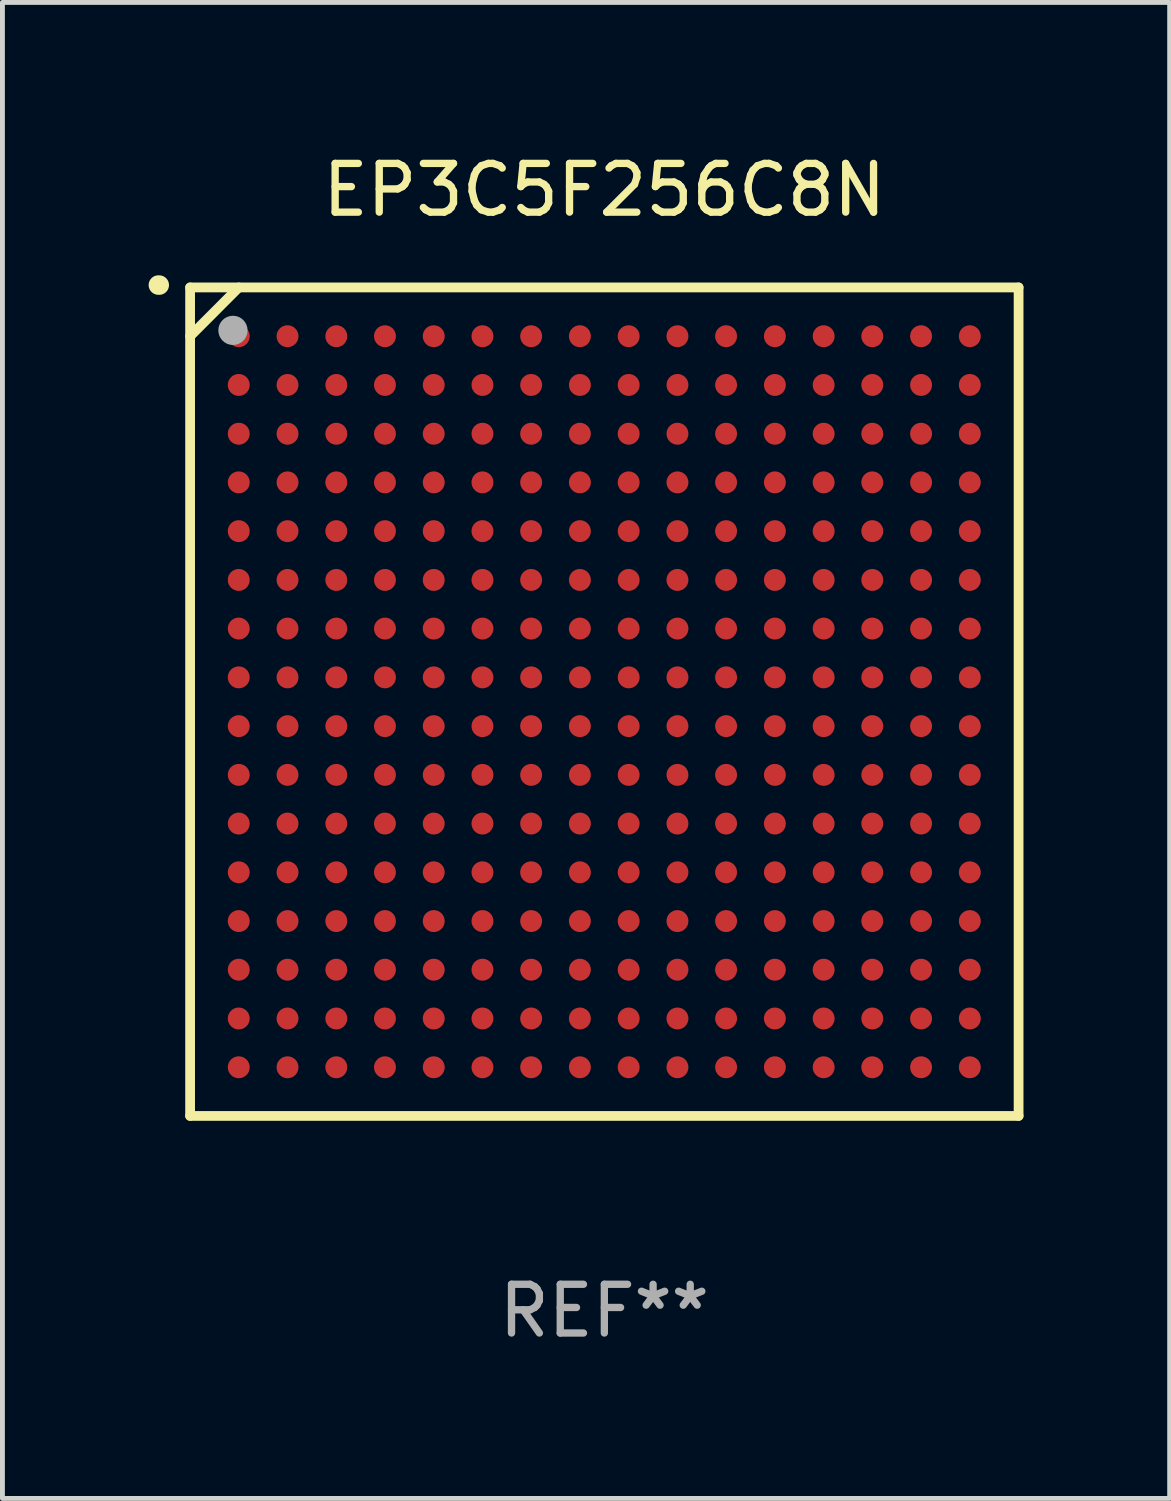
<source format=kicad_pcb>
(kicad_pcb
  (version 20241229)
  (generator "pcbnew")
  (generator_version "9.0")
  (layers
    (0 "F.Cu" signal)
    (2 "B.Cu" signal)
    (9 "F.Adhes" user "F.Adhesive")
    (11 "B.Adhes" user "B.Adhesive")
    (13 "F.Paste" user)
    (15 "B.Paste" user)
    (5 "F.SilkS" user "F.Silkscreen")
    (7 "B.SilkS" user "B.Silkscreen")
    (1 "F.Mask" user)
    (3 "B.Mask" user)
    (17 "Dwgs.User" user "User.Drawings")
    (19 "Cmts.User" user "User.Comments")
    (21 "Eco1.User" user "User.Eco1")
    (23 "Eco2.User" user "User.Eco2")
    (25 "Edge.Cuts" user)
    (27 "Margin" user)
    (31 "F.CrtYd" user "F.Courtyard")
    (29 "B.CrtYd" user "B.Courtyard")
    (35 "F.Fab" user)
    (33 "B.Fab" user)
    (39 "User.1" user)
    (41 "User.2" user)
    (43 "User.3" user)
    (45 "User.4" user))
  (footprint "EP3C5F256C8N"
    (layer "F.Cu")
    (at 9.351 11.348)
    (property "Reference" "EP3C5F256C8N" (at 0 -10.5 0) (layer "F.SilkS") (effects (font (size 1 1) (thickness 0.15))))
    (attr through_hole)
    (fp_line (start -8.5 -8.5) (end 8.5 -8.5) (stroke (width 0.2) (type solid)) (layer "F.SilkS"))
    (fp_line (start -8.5 -7.499) (end -7.502 -8.5) (stroke (width 0.2) (type solid)) (layer "F.SilkS"))
    (fp_line (start -8.5 8.5) (end -8.5 -8.5) (stroke (width 0.2) (type solid)) (layer "F.SilkS"))
    (fp_line (start 8.5 -8.5) (end 8.5 8.5) (stroke (width 0.2) (type solid)) (layer "F.SilkS"))
    (fp_line (start 8.5 8.5) (end -8.5 8.5) (stroke (width 0.2) (type solid)) (layer "F.SilkS"))
    (fp_arc (start -9.151181 -8.548768) (mid -9.142295 -8.548541) (end -9.133426 -8.547955) (stroke (width 0.4) (type solid)) (layer "F.SilkS"))
    (fp_circle (center -8.501 -8.499) (end -8.471 -8.499) (stroke (width 0.06) (type solid)) (fill no) (layer "F.SilkS"))
    (fp_circle (center -7.621 -7.619) (end -7.471 -7.619) (stroke (width 0.3) (type solid)) (fill no) (layer "F.Fab"))
    (fp_text user "REF**" (at 0 12.5 0) (layer "F.Fab") (effects (font (size 1 1) (thickness 0.15))))
    (pad "A1" smd circle (at -7.502 -7.499) (size 0.45 0.45) (layers "F.Cu" "F.Mask" "F.Paste"))
    (pad "A2" smd circle (at -6.501 -7.499) (size 0.45 0.45) (layers "F.Cu" "F.Mask" "F.Paste"))
    (pad "A3" smd circle (at -5.5 -7.499) (size 0.45 0.45) (layers "F.Cu" "F.Mask" "F.Paste"))
    (pad "A4" smd circle (at -4.502 -7.499) (size 0.45 0.45) (layers "F.Cu" "F.Mask" "F.Paste"))
    (pad "A5" smd circle (at -3.501 -7.499) (size 0.45 0.45) (layers "F.Cu" "F.Mask" "F.Paste"))
    (pad "A6" smd circle (at -2.501 -7.499) (size 0.45 0.45) (layers "F.Cu" "F.Mask" "F.Paste"))
    (pad "A7" smd circle (at -1.502 -7.499) (size 0.45 0.45) (layers "F.Cu" "F.Mask" "F.Paste"))
    (pad "A8" smd circle (at -0.502 -7.499) (size 0.45 0.45) (layers "F.Cu" "F.Mask" "F.Paste"))
    (pad "A9" smd circle (at 0.499 -7.499) (size 0.45 0.45) (layers "F.Cu" "F.Mask" "F.Paste"))
    (pad "A10" smd circle (at 1.5 -7.499) (size 0.45 0.45) (layers "F.Cu" "F.Mask" "F.Paste"))
    (pad "A11" smd circle (at 2.498 -7.499) (size 0.45 0.45) (layers "F.Cu" "F.Mask" "F.Paste"))
    (pad "A12" smd circle (at 3.499 -7.499) (size 0.45 0.45) (layers "F.Cu" "F.Mask" "F.Paste"))
    (pad "A13" smd circle (at 4.5 -7.499) (size 0.45 0.45) (layers "F.Cu" "F.Mask" "F.Paste"))
    (pad "A14" smd circle (at 5.498 -7.499) (size 0.45 0.45) (layers "F.Cu" "F.Mask" "F.Paste"))
    (pad "A15" smd circle (at 6.499 -7.499) (size 0.45 0.45) (layers "F.Cu" "F.Mask" "F.Paste"))
    (pad "A16" smd circle (at 7.499 -7.499) (size 0.45 0.45) (layers "F.Cu" "F.Mask" "F.Paste"))
    (pad "B1" smd circle (at -7.502 -6.499) (size 0.45 0.45) (layers "F.Cu" "F.Mask" "F.Paste"))
    (pad "B2" smd circle (at -6.501 -6.499) (size 0.45 0.45) (layers "F.Cu" "F.Mask" "F.Paste"))
    (pad "B3" smd circle (at -5.5 -6.499) (size 0.45 0.45) (layers "F.Cu" "F.Mask" "F.Paste"))
    (pad "B4" smd circle (at -4.502 -6.499) (size 0.45 0.45) (layers "F.Cu" "F.Mask" "F.Paste"))
    (pad "B5" smd circle (at -3.501 -6.499) (size 0.45 0.45) (layers "F.Cu" "F.Mask" "F.Paste"))
    (pad "B6" smd circle (at -2.501 -6.499) (size 0.45 0.45) (layers "F.Cu" "F.Mask" "F.Paste"))
    (pad "B7" smd circle (at -1.502 -6.499) (size 0.45 0.45) (layers "F.Cu" "F.Mask" "F.Paste"))
    (pad "B8" smd circle (at -0.502 -6.499) (size 0.45 0.45) (layers "F.Cu" "F.Mask" "F.Paste"))
    (pad "B9" smd circle (at 0.499 -6.499) (size 0.45 0.45) (layers "F.Cu" "F.Mask" "F.Paste"))
    (pad "B10" smd circle (at 1.5 -6.499) (size 0.45 0.45) (layers "F.Cu" "F.Mask" "F.Paste"))
    (pad "B11" smd circle (at 2.498 -6.499) (size 0.45 0.45) (layers "F.Cu" "F.Mask" "F.Paste"))
    (pad "B12" smd circle (at 3.499 -6.499) (size 0.45 0.45) (layers "F.Cu" "F.Mask" "F.Paste"))
    (pad "B13" smd circle (at 4.5 -6.499) (size 0.45 0.45) (layers "F.Cu" "F.Mask" "F.Paste"))
    (pad "B14" smd circle (at 5.498 -6.499) (size 0.45 0.45) (layers "F.Cu" "F.Mask" "F.Paste"))
    (pad "B15" smd circle (at 6.499 -6.499) (size 0.45 0.45) (layers "F.Cu" "F.Mask" "F.Paste"))
    (pad "B16" smd circle (at 7.499 -6.499) (size 0.45 0.45) (layers "F.Cu" "F.Mask" "F.Paste"))
    (pad "C1" smd circle (at -7.502 -5.498) (size 0.45 0.45) (layers "F.Cu" "F.Mask" "F.Paste"))
    (pad "C2" smd circle (at -6.501 -5.498) (size 0.45 0.45) (layers "F.Cu" "F.Mask" "F.Paste"))
    (pad "C3" smd circle (at -5.5 -5.498) (size 0.45 0.45) (layers "F.Cu" "F.Mask" "F.Paste"))
    (pad "C4" smd circle (at -4.502 -5.498) (size 0.45 0.45) (layers "F.Cu" "F.Mask" "F.Paste"))
    (pad "C5" smd circle (at -3.501 -5.498) (size 0.45 0.45) (layers "F.Cu" "F.Mask" "F.Paste"))
    (pad "C6" smd circle (at -2.501 -5.498) (size 0.45 0.45) (layers "F.Cu" "F.Mask" "F.Paste"))
    (pad "C7" smd circle (at -1.502 -5.498) (size 0.45 0.45) (layers "F.Cu" "F.Mask" "F.Paste"))
    (pad "C8" smd circle (at -0.502 -5.498) (size 0.45 0.45) (layers "F.Cu" "F.Mask" "F.Paste"))
    (pad "C9" smd circle (at 0.499 -5.498) (size 0.45 0.45) (layers "F.Cu" "F.Mask" "F.Paste"))
    (pad "C10" smd circle (at 1.5 -5.498) (size 0.45 0.45) (layers "F.Cu" "F.Mask" "F.Paste"))
    (pad "C11" smd circle (at 2.498 -5.498) (size 0.45 0.45) (layers "F.Cu" "F.Mask" "F.Paste"))
    (pad "C12" smd circle (at 3.499 -5.498) (size 0.45 0.45) (layers "F.Cu" "F.Mask" "F.Paste"))
    (pad "C13" smd circle (at 4.5 -5.498) (size 0.45 0.45) (layers "F.Cu" "F.Mask" "F.Paste"))
    (pad "C14" smd circle (at 5.498 -5.498) (size 0.45 0.45) (layers "F.Cu" "F.Mask" "F.Paste"))
    (pad "C15" smd circle (at 6.499 -5.498) (size 0.45 0.45) (layers "F.Cu" "F.Mask" "F.Paste"))
    (pad "C16" smd circle (at 7.499 -5.498) (size 0.45 0.45) (layers "F.Cu" "F.Mask" "F.Paste"))
    (pad "D1" smd circle (at -7.502 -4.5) (size 0.45 0.45) (layers "F.Cu" "F.Mask" "F.Paste"))
    (pad "D2" smd circle (at -6.501 -4.5) (size 0.45 0.45) (layers "F.Cu" "F.Mask" "F.Paste"))
    (pad "D3" smd circle (at -5.5 -4.5) (size 0.45 0.45) (layers "F.Cu" "F.Mask" "F.Paste"))
    (pad "D4" smd circle (at -4.502 -4.5) (size 0.45 0.45) (layers "F.Cu" "F.Mask" "F.Paste"))
    (pad "D5" smd circle (at -3.501 -4.5) (size 0.45 0.45) (layers "F.Cu" "F.Mask" "F.Paste"))
    (pad "D6" smd circle (at -2.501 -4.5) (size 0.45 0.45) (layers "F.Cu" "F.Mask" "F.Paste"))
    (pad "D7" smd circle (at -1.502 -4.5) (size 0.45 0.45) (layers "F.Cu" "F.Mask" "F.Paste"))
    (pad "D8" smd circle (at -0.502 -4.5) (size 0.45 0.45) (layers "F.Cu" "F.Mask" "F.Paste"))
    (pad "D9" smd circle (at 0.499 -4.5) (size 0.45 0.45) (layers "F.Cu" "F.Mask" "F.Paste"))
    (pad "D10" smd circle (at 1.5 -4.5) (size 0.45 0.45) (layers "F.Cu" "F.Mask" "F.Paste"))
    (pad "D11" smd circle (at 2.498 -4.5) (size 0.45 0.45) (layers "F.Cu" "F.Mask" "F.Paste"))
    (pad "D12" smd circle (at 3.499 -4.5) (size 0.45 0.45) (layers "F.Cu" "F.Mask" "F.Paste"))
    (pad "D13" smd circle (at 4.5 -4.5) (size 0.45 0.45) (layers "F.Cu" "F.Mask" "F.Paste"))
    (pad "D14" smd circle (at 5.498 -4.5) (size 0.45 0.45) (layers "F.Cu" "F.Mask" "F.Paste"))
    (pad "D15" smd circle (at 6.499 -4.5) (size 0.45 0.45) (layers "F.Cu" "F.Mask" "F.Paste"))
    (pad "D16" smd circle (at 7.499 -4.5) (size 0.45 0.45) (layers "F.Cu" "F.Mask" "F.Paste"))
    (pad "E1" smd circle (at -7.502 -3.499) (size 0.45 0.45) (layers "F.Cu" "F.Mask" "F.Paste"))
    (pad "E2" smd circle (at -6.501 -3.499) (size 0.45 0.45) (layers "F.Cu" "F.Mask" "F.Paste"))
    (pad "E3" smd circle (at -5.5 -3.499) (size 0.45 0.45) (layers "F.Cu" "F.Mask" "F.Paste"))
    (pad "E4" smd circle (at -4.502 -3.499) (size 0.45 0.45) (layers "F.Cu" "F.Mask" "F.Paste"))
    (pad "E5" smd circle (at -3.501 -3.499) (size 0.45 0.45) (layers "F.Cu" "F.Mask" "F.Paste"))
    (pad "E6" smd circle (at -2.501 -3.499) (size 0.45 0.45) (layers "F.Cu" "F.Mask" "F.Paste"))
    (pad "E7" smd circle (at -1.502 -3.499) (size 0.45 0.45) (layers "F.Cu" "F.Mask" "F.Paste"))
    (pad "E8" smd circle (at -0.502 -3.499) (size 0.45 0.45) (layers "F.Cu" "F.Mask" "F.Paste"))
    (pad "E9" smd circle (at 0.499 -3.499) (size 0.45 0.45) (layers "F.Cu" "F.Mask" "F.Paste"))
    (pad "E10" smd circle (at 1.5 -3.499) (size 0.45 0.45) (layers "F.Cu" "F.Mask" "F.Paste"))
    (pad "E11" smd circle (at 2.498 -3.499) (size 0.45 0.45) (layers "F.Cu" "F.Mask" "F.Paste"))
    (pad "E12" smd circle (at 3.499 -3.499) (size 0.45 0.45) (layers "F.Cu" "F.Mask" "F.Paste"))
    (pad "E13" smd circle (at 4.5 -3.499) (size 0.45 0.45) (layers "F.Cu" "F.Mask" "F.Paste"))
    (pad "E14" smd circle (at 5.498 -3.499) (size 0.45 0.45) (layers "F.Cu" "F.Mask" "F.Paste"))
    (pad "E15" smd circle (at 6.499 -3.499) (size 0.45 0.45) (layers "F.Cu" "F.Mask" "F.Paste"))
    (pad "E16" smd circle (at 7.499 -3.499) (size 0.45 0.45) (layers "F.Cu" "F.Mask" "F.Paste"))
    (pad "F1" smd circle (at -7.502 -2.498) (size 0.45 0.45) (layers "F.Cu" "F.Mask" "F.Paste"))
    (pad "F2" smd circle (at -6.501 -2.498) (size 0.45 0.45) (layers "F.Cu" "F.Mask" "F.Paste"))
    (pad "F3" smd circle (at -5.5 -2.498) (size 0.45 0.45) (layers "F.Cu" "F.Mask" "F.Paste"))
    (pad "F4" smd circle (at -4.502 -2.498) (size 0.45 0.45) (layers "F.Cu" "F.Mask" "F.Paste"))
    (pad "F5" smd circle (at -3.501 -2.498) (size 0.45 0.45) (layers "F.Cu" "F.Mask" "F.Paste"))
    (pad "F6" smd circle (at -2.501 -2.498) (size 0.45 0.45) (layers "F.Cu" "F.Mask" "F.Paste"))
    (pad "F7" smd circle (at -1.502 -2.498) (size 0.45 0.45) (layers "F.Cu" "F.Mask" "F.Paste"))
    (pad "F8" smd circle (at -0.502 -2.498) (size 0.45 0.45) (layers "F.Cu" "F.Mask" "F.Paste"))
    (pad "F9" smd circle (at 0.499 -2.498) (size 0.45 0.45) (layers "F.Cu" "F.Mask" "F.Paste"))
    (pad "F10" smd circle (at 1.5 -2.498) (size 0.45 0.45) (layers "F.Cu" "F.Mask" "F.Paste"))
    (pad "F11" smd circle (at 2.498 -2.498) (size 0.45 0.45) (layers "F.Cu" "F.Mask" "F.Paste"))
    (pad "F12" smd circle (at 3.499 -2.498) (size 0.45 0.45) (layers "F.Cu" "F.Mask" "F.Paste"))
    (pad "F13" smd circle (at 4.5 -2.498) (size 0.45 0.45) (layers "F.Cu" "F.Mask" "F.Paste"))
    (pad "F14" smd circle (at 5.498 -2.498) (size 0.45 0.45) (layers "F.Cu" "F.Mask" "F.Paste"))
    (pad "F15" smd circle (at 6.499 -2.498) (size 0.45 0.45) (layers "F.Cu" "F.Mask" "F.Paste"))
    (pad "F16" smd circle (at 7.499 -2.498) (size 0.45 0.45) (layers "F.Cu" "F.Mask" "F.Paste"))
    (pad "G1" smd circle (at -7.502 -1.5) (size 0.45 0.45) (layers "F.Cu" "F.Mask" "F.Paste"))
    (pad "G2" smd circle (at -6.501 -1.5) (size 0.45 0.45) (layers "F.Cu" "F.Mask" "F.Paste"))
    (pad "G3" smd circle (at -5.5 -1.5) (size 0.45 0.45) (layers "F.Cu" "F.Mask" "F.Paste"))
    (pad "G4" smd circle (at -4.502 -1.5) (size 0.45 0.45) (layers "F.Cu" "F.Mask" "F.Paste"))
    (pad "G5" smd circle (at -3.501 -1.5) (size 0.45 0.45) (layers "F.Cu" "F.Mask" "F.Paste"))
    (pad "G6" smd circle (at -2.501 -1.5) (size 0.45 0.45) (layers "F.Cu" "F.Mask" "F.Paste"))
    (pad "G7" smd circle (at -1.502 -1.5) (size 0.45 0.45) (layers "F.Cu" "F.Mask" "F.Paste"))
    (pad "G8" smd circle (at -0.502 -1.5) (size 0.45 0.45) (layers "F.Cu" "F.Mask" "F.Paste"))
    (pad "G9" smd circle (at 0.499 -1.5) (size 0.45 0.45) (layers "F.Cu" "F.Mask" "F.Paste"))
    (pad "G10" smd circle (at 1.5 -1.5) (size 0.45 0.45) (layers "F.Cu" "F.Mask" "F.Paste"))
    (pad "G11" smd circle (at 2.498 -1.5) (size 0.45 0.45) (layers "F.Cu" "F.Mask" "F.Paste"))
    (pad "G12" smd circle (at 3.499 -1.5) (size 0.45 0.45) (layers "F.Cu" "F.Mask" "F.Paste"))
    (pad "G13" smd circle (at 4.5 -1.5) (size 0.45 0.45) (layers "F.Cu" "F.Mask" "F.Paste"))
    (pad "G14" smd circle (at 5.498 -1.5) (size 0.45 0.45) (layers "F.Cu" "F.Mask" "F.Paste"))
    (pad "G15" smd circle (at 6.499 -1.5) (size 0.45 0.45) (layers "F.Cu" "F.Mask" "F.Paste"))
    (pad "G16" smd circle (at 7.499 -1.5) (size 0.45 0.45) (layers "F.Cu" "F.Mask" "F.Paste"))
    (pad "H1" smd circle (at -7.502 -0.499) (size 0.45 0.45) (layers "F.Cu" "F.Mask" "F.Paste"))
    (pad "H2" smd circle (at -6.501 -0.499) (size 0.45 0.45) (layers "F.Cu" "F.Mask" "F.Paste"))
    (pad "H3" smd circle (at -5.5 -0.499) (size 0.45 0.45) (layers "F.Cu" "F.Mask" "F.Paste"))
    (pad "H4" smd circle (at -4.502 -0.499) (size 0.45 0.45) (layers "F.Cu" "F.Mask" "F.Paste"))
    (pad "H5" smd circle (at -3.501 -0.499) (size 0.45 0.45) (layers "F.Cu" "F.Mask" "F.Paste"))
    (pad "H6" smd circle (at -2.501 -0.499) (size 0.45 0.45) (layers "F.Cu" "F.Mask" "F.Paste"))
    (pad "H7" smd circle (at -1.502 -0.499) (size 0.45 0.45) (layers "F.Cu" "F.Mask" "F.Paste"))
    (pad "H8" smd circle (at -0.502 -0.499) (size 0.45 0.45) (layers "F.Cu" "F.Mask" "F.Paste"))
    (pad "H9" smd circle (at 0.499 -0.499) (size 0.45 0.45) (layers "F.Cu" "F.Mask" "F.Paste"))
    (pad "H10" smd circle (at 1.5 -0.499) (size 0.45 0.45) (layers "F.Cu" "F.Mask" "F.Paste"))
    (pad "H11" smd circle (at 2.498 -0.499) (size 0.45 0.45) (layers "F.Cu" "F.Mask" "F.Paste"))
    (pad "H12" smd circle (at 3.499 -0.499) (size 0.45 0.45) (layers "F.Cu" "F.Mask" "F.Paste"))
    (pad "H13" smd circle (at 4.5 -0.499) (size 0.45 0.45) (layers "F.Cu" "F.Mask" "F.Paste"))
    (pad "H14" smd circle (at 5.498 -0.499) (size 0.45 0.45) (layers "F.Cu" "F.Mask" "F.Paste"))
    (pad "H15" smd circle (at 6.499 -0.499) (size 0.45 0.45) (layers "F.Cu" "F.Mask" "F.Paste"))
    (pad "H16" smd circle (at 7.499 -0.499) (size 0.45 0.45) (layers "F.Cu" "F.Mask" "F.Paste"))
    (pad "J1" smd circle (at -7.502 0.502) (size 0.45 0.45) (layers "F.Cu" "F.Mask" "F.Paste"))
    (pad "J2" smd circle (at -6.501 0.502) (size 0.45 0.45) (layers "F.Cu" "F.Mask" "F.Paste"))
    (pad "J3" smd circle (at -5.5 0.502) (size 0.45 0.45) (layers "F.Cu" "F.Mask" "F.Paste"))
    (pad "J4" smd circle (at -4.502 0.502) (size 0.45 0.45) (layers "F.Cu" "F.Mask" "F.Paste"))
    (pad "J5" smd circle (at -3.501 0.502) (size 0.45 0.45) (layers "F.Cu" "F.Mask" "F.Paste"))
    (pad "J6" smd circle (at -2.501 0.502) (size 0.45 0.45) (layers "F.Cu" "F.Mask" "F.Paste"))
    (pad "J7" smd circle (at -1.502 0.502) (size 0.45 0.45) (layers "F.Cu" "F.Mask" "F.Paste"))
    (pad "J8" smd circle (at -0.502 0.502) (size 0.45 0.45) (layers "F.Cu" "F.Mask" "F.Paste"))
    (pad "J9" smd circle (at 0.499 0.502) (size 0.45 0.45) (layers "F.Cu" "F.Mask" "F.Paste"))
    (pad "J10" smd circle (at 1.5 0.502) (size 0.45 0.45) (layers "F.Cu" "F.Mask" "F.Paste"))
    (pad "J11" smd circle (at 2.498 0.502) (size 0.45 0.45) (layers "F.Cu" "F.Mask" "F.Paste"))
    (pad "J12" smd circle (at 3.499 0.502) (size 0.45 0.45) (layers "F.Cu" "F.Mask" "F.Paste"))
    (pad "J13" smd circle (at 4.5 0.502) (size 0.45 0.45) (layers "F.Cu" "F.Mask" "F.Paste"))
    (pad "J14" smd circle (at 5.498 0.502) (size 0.45 0.45) (layers "F.Cu" "F.Mask" "F.Paste"))
    (pad "J15" smd circle (at 6.499 0.502) (size 0.45 0.45) (layers "F.Cu" "F.Mask" "F.Paste"))
    (pad "J16" smd circle (at 7.499 0.502) (size 0.45 0.45) (layers "F.Cu" "F.Mask" "F.Paste"))
    (pad "K1" smd circle (at -7.502 1.502) (size 0.45 0.45) (layers "F.Cu" "F.Mask" "F.Paste"))
    (pad "K2" smd circle (at -6.501 1.502) (size 0.45 0.45) (layers "F.Cu" "F.Mask" "F.Paste"))
    (pad "K3" smd circle (at -5.5 1.502) (size 0.45 0.45) (layers "F.Cu" "F.Mask" "F.Paste"))
    (pad "K4" smd circle (at -4.502 1.502) (size 0.45 0.45) (layers "F.Cu" "F.Mask" "F.Paste"))
    (pad "K5" smd circle (at -3.501 1.502) (size 0.45 0.45) (layers "F.Cu" "F.Mask" "F.Paste"))
    (pad "K6" smd circle (at -2.501 1.502) (size 0.45 0.45) (layers "F.Cu" "F.Mask" "F.Paste"))
    (pad "K7" smd circle (at -1.502 1.502) (size 0.45 0.45) (layers "F.Cu" "F.Mask" "F.Paste"))
    (pad "K8" smd circle (at -0.502 1.502) (size 0.45 0.45) (layers "F.Cu" "F.Mask" "F.Paste"))
    (pad "K9" smd circle (at 0.499 1.502) (size 0.45 0.45) (layers "F.Cu" "F.Mask" "F.Paste"))
    (pad "K10" smd circle (at 1.5 1.502) (size 0.45 0.45) (layers "F.Cu" "F.Mask" "F.Paste"))
    (pad "K11" smd circle (at 2.498 1.502) (size 0.45 0.45) (layers "F.Cu" "F.Mask" "F.Paste"))
    (pad "K12" smd circle (at 3.499 1.502) (size 0.45 0.45) (layers "F.Cu" "F.Mask" "F.Paste"))
    (pad "K13" smd circle (at 4.5 1.502) (size 0.45 0.45) (layers "F.Cu" "F.Mask" "F.Paste"))
    (pad "K14" smd circle (at 5.498 1.502) (size 0.45 0.45) (layers "F.Cu" "F.Mask" "F.Paste"))
    (pad "K15" smd circle (at 6.499 1.502) (size 0.45 0.45) (layers "F.Cu" "F.Mask" "F.Paste"))
    (pad "K16" smd circle (at 7.499 1.502) (size 0.45 0.45) (layers "F.Cu" "F.Mask" "F.Paste"))
    (pad "L1" smd circle (at -7.502 2.501) (size 0.45 0.45) (layers "F.Cu" "F.Mask" "F.Paste"))
    (pad "L2" smd circle (at -6.501 2.501) (size 0.45 0.45) (layers "F.Cu" "F.Mask" "F.Paste"))
    (pad "L3" smd circle (at -5.5 2.501) (size 0.45 0.45) (layers "F.Cu" "F.Mask" "F.Paste"))
    (pad "L4" smd circle (at -4.502 2.501) (size 0.45 0.45) (layers "F.Cu" "F.Mask" "F.Paste"))
    (pad "L5" smd circle (at -3.501 2.501) (size 0.45 0.45) (layers "F.Cu" "F.Mask" "F.Paste"))
    (pad "L6" smd circle (at -2.501 2.501) (size 0.45 0.45) (layers "F.Cu" "F.Mask" "F.Paste"))
    (pad "L7" smd circle (at -1.502 2.501) (size 0.45 0.45) (layers "F.Cu" "F.Mask" "F.Paste"))
    (pad "L8" smd circle (at -0.502 2.501) (size 0.45 0.45) (layers "F.Cu" "F.Mask" "F.Paste"))
    (pad "L9" smd circle (at 0.499 2.501) (size 0.45 0.45) (layers "F.Cu" "F.Mask" "F.Paste"))
    (pad "L10" smd circle (at 1.5 2.501) (size 0.45 0.45) (layers "F.Cu" "F.Mask" "F.Paste"))
    (pad "L11" smd circle (at 2.498 2.501) (size 0.45 0.45) (layers "F.Cu" "F.Mask" "F.Paste"))
    (pad "L12" smd circle (at 3.499 2.501) (size 0.45 0.45) (layers "F.Cu" "F.Mask" "F.Paste"))
    (pad "L13" smd circle (at 4.5 2.501) (size 0.45 0.45) (layers "F.Cu" "F.Mask" "F.Paste"))
    (pad "L14" smd circle (at 5.498 2.501) (size 0.45 0.45) (layers "F.Cu" "F.Mask" "F.Paste"))
    (pad "L15" smd circle (at 6.499 2.501) (size 0.45 0.45) (layers "F.Cu" "F.Mask" "F.Paste"))
    (pad "L16" smd circle (at 7.499 2.501) (size 0.45 0.45) (layers "F.Cu" "F.Mask" "F.Paste"))
    (pad "M1" smd circle (at -7.502 3.501) (size 0.45 0.45) (layers "F.Cu" "F.Mask" "F.Paste"))
    (pad "M2" smd circle (at -6.501 3.501) (size 0.45 0.45) (layers "F.Cu" "F.Mask" "F.Paste"))
    (pad "M3" smd circle (at -5.5 3.501) (size 0.45 0.45) (layers "F.Cu" "F.Mask" "F.Paste"))
    (pad "M4" smd circle (at -4.502 3.501) (size 0.45 0.45) (layers "F.Cu" "F.Mask" "F.Paste"))
    (pad "M5" smd circle (at -3.501 3.501) (size 0.45 0.45) (layers "F.Cu" "F.Mask" "F.Paste"))
    (pad "M6" smd circle (at -2.501 3.501) (size 0.45 0.45) (layers "F.Cu" "F.Mask" "F.Paste"))
    (pad "M7" smd circle (at -1.502 3.501) (size 0.45 0.45) (layers "F.Cu" "F.Mask" "F.Paste"))
    (pad "M8" smd circle (at -0.502 3.501) (size 0.45 0.45) (layers "F.Cu" "F.Mask" "F.Paste"))
    (pad "M9" smd circle (at 0.499 3.501) (size 0.45 0.45) (layers "F.Cu" "F.Mask" "F.Paste"))
    (pad "M10" smd circle (at 1.5 3.501) (size 0.45 0.45) (layers "F.Cu" "F.Mask" "F.Paste"))
    (pad "M11" smd circle (at 2.498 3.501) (size 0.45 0.45) (layers "F.Cu" "F.Mask" "F.Paste"))
    (pad "M12" smd circle (at 3.499 3.501) (size 0.45 0.45) (layers "F.Cu" "F.Mask" "F.Paste"))
    (pad "M13" smd circle (at 4.5 3.501) (size 0.45 0.45) (layers "F.Cu" "F.Mask" "F.Paste"))
    (pad "M14" smd circle (at 5.498 3.501) (size 0.45 0.45) (layers "F.Cu" "F.Mask" "F.Paste"))
    (pad "M15" smd circle (at 6.499 3.501) (size 0.45 0.45) (layers "F.Cu" "F.Mask" "F.Paste"))
    (pad "M16" smd circle (at 7.499 3.501) (size 0.45 0.45) (layers "F.Cu" "F.Mask" "F.Paste"))
    (pad "N1" smd circle (at -7.502 4.502) (size 0.45 0.45) (layers "F.Cu" "F.Mask" "F.Paste"))
    (pad "N2" smd circle (at -6.501 4.502) (size 0.45 0.45) (layers "F.Cu" "F.Mask" "F.Paste"))
    (pad "N3" smd circle (at -5.5 4.502) (size 0.45 0.45) (layers "F.Cu" "F.Mask" "F.Paste"))
    (pad "N4" smd circle (at -4.502 4.502) (size 0.45 0.45) (layers "F.Cu" "F.Mask" "F.Paste"))
    (pad "N5" smd circle (at -3.501 4.502) (size 0.45 0.45) (layers "F.Cu" "F.Mask" "F.Paste"))
    (pad "N6" smd circle (at -2.501 4.502) (size 0.45 0.45) (layers "F.Cu" "F.Mask" "F.Paste"))
    (pad "N7" smd circle (at -1.502 4.502) (size 0.45 0.45) (layers "F.Cu" "F.Mask" "F.Paste"))
    (pad "N8" smd circle (at -0.502 4.502) (size 0.45 0.45) (layers "F.Cu" "F.Mask" "F.Paste"))
    (pad "N9" smd circle (at 0.499 4.502) (size 0.45 0.45) (layers "F.Cu" "F.Mask" "F.Paste"))
    (pad "N10" smd circle (at 1.5 4.502) (size 0.45 0.45) (layers "F.Cu" "F.Mask" "F.Paste"))
    (pad "N11" smd circle (at 2.498 4.502) (size 0.45 0.45) (layers "F.Cu" "F.Mask" "F.Paste"))
    (pad "N12" smd circle (at 3.499 4.502) (size 0.45 0.45) (layers "F.Cu" "F.Mask" "F.Paste"))
    (pad "N13" smd circle (at 4.5 4.502) (size 0.45 0.45) (layers "F.Cu" "F.Mask" "F.Paste"))
    (pad "N14" smd circle (at 5.498 4.502) (size 0.45 0.45) (layers "F.Cu" "F.Mask" "F.Paste"))
    (pad "N15" smd circle (at 6.499 4.502) (size 0.45 0.45) (layers "F.Cu" "F.Mask" "F.Paste"))
    (pad "N16" smd circle (at 7.499 4.502) (size 0.45 0.45) (layers "F.Cu" "F.Mask" "F.Paste"))
    (pad "P1" smd circle (at -7.502 5.5) (size 0.45 0.45) (layers "F.Cu" "F.Mask" "F.Paste"))
    (pad "P2" smd circle (at -6.501 5.5) (size 0.45 0.45) (layers "F.Cu" "F.Mask" "F.Paste"))
    (pad "P3" smd circle (at -5.5 5.5) (size 0.45 0.45) (layers "F.Cu" "F.Mask" "F.Paste"))
    (pad "P4" smd circle (at -4.502 5.5) (size 0.45 0.45) (layers "F.Cu" "F.Mask" "F.Paste"))
    (pad "P5" smd circle (at -3.501 5.5) (size 0.45 0.45) (layers "F.Cu" "F.Mask" "F.Paste"))
    (pad "P6" smd circle (at -2.501 5.5) (size 0.45 0.45) (layers "F.Cu" "F.Mask" "F.Paste"))
    (pad "P7" smd circle (at -1.502 5.5) (size 0.45 0.45) (layers "F.Cu" "F.Mask" "F.Paste"))
    (pad "P8" smd circle (at -0.502 5.5) (size 0.45 0.45) (layers "F.Cu" "F.Mask" "F.Paste"))
    (pad "P9" smd circle (at 0.499 5.5) (size 0.45 0.45) (layers "F.Cu" "F.Mask" "F.Paste"))
    (pad "P10" smd circle (at 1.5 5.5) (size 0.45 0.45) (layers "F.Cu" "F.Mask" "F.Paste"))
    (pad "P11" smd circle (at 2.498 5.5) (size 0.45 0.45) (layers "F.Cu" "F.Mask" "F.Paste"))
    (pad "P12" smd circle (at 3.499 5.5) (size 0.45 0.45) (layers "F.Cu" "F.Mask" "F.Paste"))
    (pad "P13" smd circle (at 4.5 5.5) (size 0.45 0.45) (layers "F.Cu" "F.Mask" "F.Paste"))
    (pad "P14" smd circle (at 5.498 5.5) (size 0.45 0.45) (layers "F.Cu" "F.Mask" "F.Paste"))
    (pad "P15" smd circle (at 6.499 5.5) (size 0.45 0.45) (layers "F.Cu" "F.Mask" "F.Paste"))
    (pad "P16" smd circle (at 7.499 5.5) (size 0.45 0.45) (layers "F.Cu" "F.Mask" "F.Paste"))
    (pad "R1" smd circle (at -7.502 6.501) (size 0.45 0.45) (layers "F.Cu" "F.Mask" "F.Paste"))
    (pad "R2" smd circle (at -6.501 6.501) (size 0.45 0.45) (layers "F.Cu" "F.Mask" "F.Paste"))
    (pad "R3" smd circle (at -5.5 6.501) (size 0.45 0.45) (layers "F.Cu" "F.Mask" "F.Paste"))
    (pad "R4" smd circle (at -4.502 6.501) (size 0.45 0.45) (layers "F.Cu" "F.Mask" "F.Paste"))
    (pad "R5" smd circle (at -3.501 6.501) (size 0.45 0.45) (layers "F.Cu" "F.Mask" "F.Paste"))
    (pad "R6" smd circle (at -2.501 6.501) (size 0.45 0.45) (layers "F.Cu" "F.Mask" "F.Paste"))
    (pad "R7" smd circle (at -1.502 6.501) (size 0.45 0.45) (layers "F.Cu" "F.Mask" "F.Paste"))
    (pad "R8" smd circle (at -0.502 6.501) (size 0.45 0.45) (layers "F.Cu" "F.Mask" "F.Paste"))
    (pad "R9" smd circle (at 0.499 6.501) (size 0.45 0.45) (layers "F.Cu" "F.Mask" "F.Paste"))
    (pad "R10" smd circle (at 1.5 6.501) (size 0.45 0.45) (layers "F.Cu" "F.Mask" "F.Paste"))
    (pad "R11" smd circle (at 2.498 6.501) (size 0.45 0.45) (layers "F.Cu" "F.Mask" "F.Paste"))
    (pad "R12" smd circle (at 3.499 6.501) (size 0.45 0.45) (layers "F.Cu" "F.Mask" "F.Paste"))
    (pad "R13" smd circle (at 4.5 6.501) (size 0.45 0.45) (layers "F.Cu" "F.Mask" "F.Paste"))
    (pad "R14" smd circle (at 5.498 6.501) (size 0.45 0.45) (layers "F.Cu" "F.Mask" "F.Paste"))
    (pad "R15" smd circle (at 6.499 6.501) (size 0.45 0.45) (layers "F.Cu" "F.Mask" "F.Paste"))
    (pad "R16" smd circle (at 7.499 6.501) (size 0.45 0.45) (layers "F.Cu" "F.Mask" "F.Paste"))
    (pad "T1" smd circle (at -7.502 7.502) (size 0.45 0.45) (layers "F.Cu" "F.Mask" "F.Paste"))
    (pad "T2" smd circle (at -6.501 7.502) (size 0.45 0.45) (layers "F.Cu" "F.Mask" "F.Paste"))
    (pad "T3" smd circle (at -5.5 7.502) (size 0.45 0.45) (layers "F.Cu" "F.Mask" "F.Paste"))
    (pad "T4" smd circle (at -4.502 7.502) (size 0.45 0.45) (layers "F.Cu" "F.Mask" "F.Paste"))
    (pad "T5" smd circle (at -3.501 7.502) (size 0.45 0.45) (layers "F.Cu" "F.Mask" "F.Paste"))
    (pad "T6" smd circle (at -2.501 7.502) (size 0.45 0.45) (layers "F.Cu" "F.Mask" "F.Paste"))
    (pad "T7" smd circle (at -1.502 7.502) (size 0.45 0.45) (layers "F.Cu" "F.Mask" "F.Paste"))
    (pad "T8" smd circle (at -0.502 7.502) (size 0.45 0.45) (layers "F.Cu" "F.Mask" "F.Paste"))
    (pad "T9" smd circle (at 0.499 7.502) (size 0.45 0.45) (layers "F.Cu" "F.Mask" "F.Paste"))
    (pad "T10" smd circle (at 1.5 7.502) (size 0.45 0.45) (layers "F.Cu" "F.Mask" "F.Paste"))
    (pad "T11" smd circle (at 2.498 7.502) (size 0.45 0.45) (layers "F.Cu" "F.Mask" "F.Paste"))
    (pad "T12" smd circle (at 3.499 7.502) (size 0.45 0.45) (layers "F.Cu" "F.Mask" "F.Paste"))
    (pad "T13" smd circle (at 4.5 7.502) (size 0.45 0.45) (layers "F.Cu" "F.Mask" "F.Paste"))
    (pad "T14" smd circle (at 5.498 7.502) (size 0.45 0.45) (layers "F.Cu" "F.Mask" "F.Paste"))
    (pad "T15" smd circle (at 6.499 7.502) (size 0.45 0.45) (layers "F.Cu" "F.Mask" "F.Paste"))
    (pad "T16" smd circle (at 7.499 7.502) (size 0.45 0.45) (layers "F.Cu" "F.Mask" "F.Paste")))
  (gr_rect
    (start -3 -3)
    (end 20.951 27.697)
    (stroke (width 0.1) (type default))
    (fill no)
    (layer "Edge.Cuts")))
</source>
